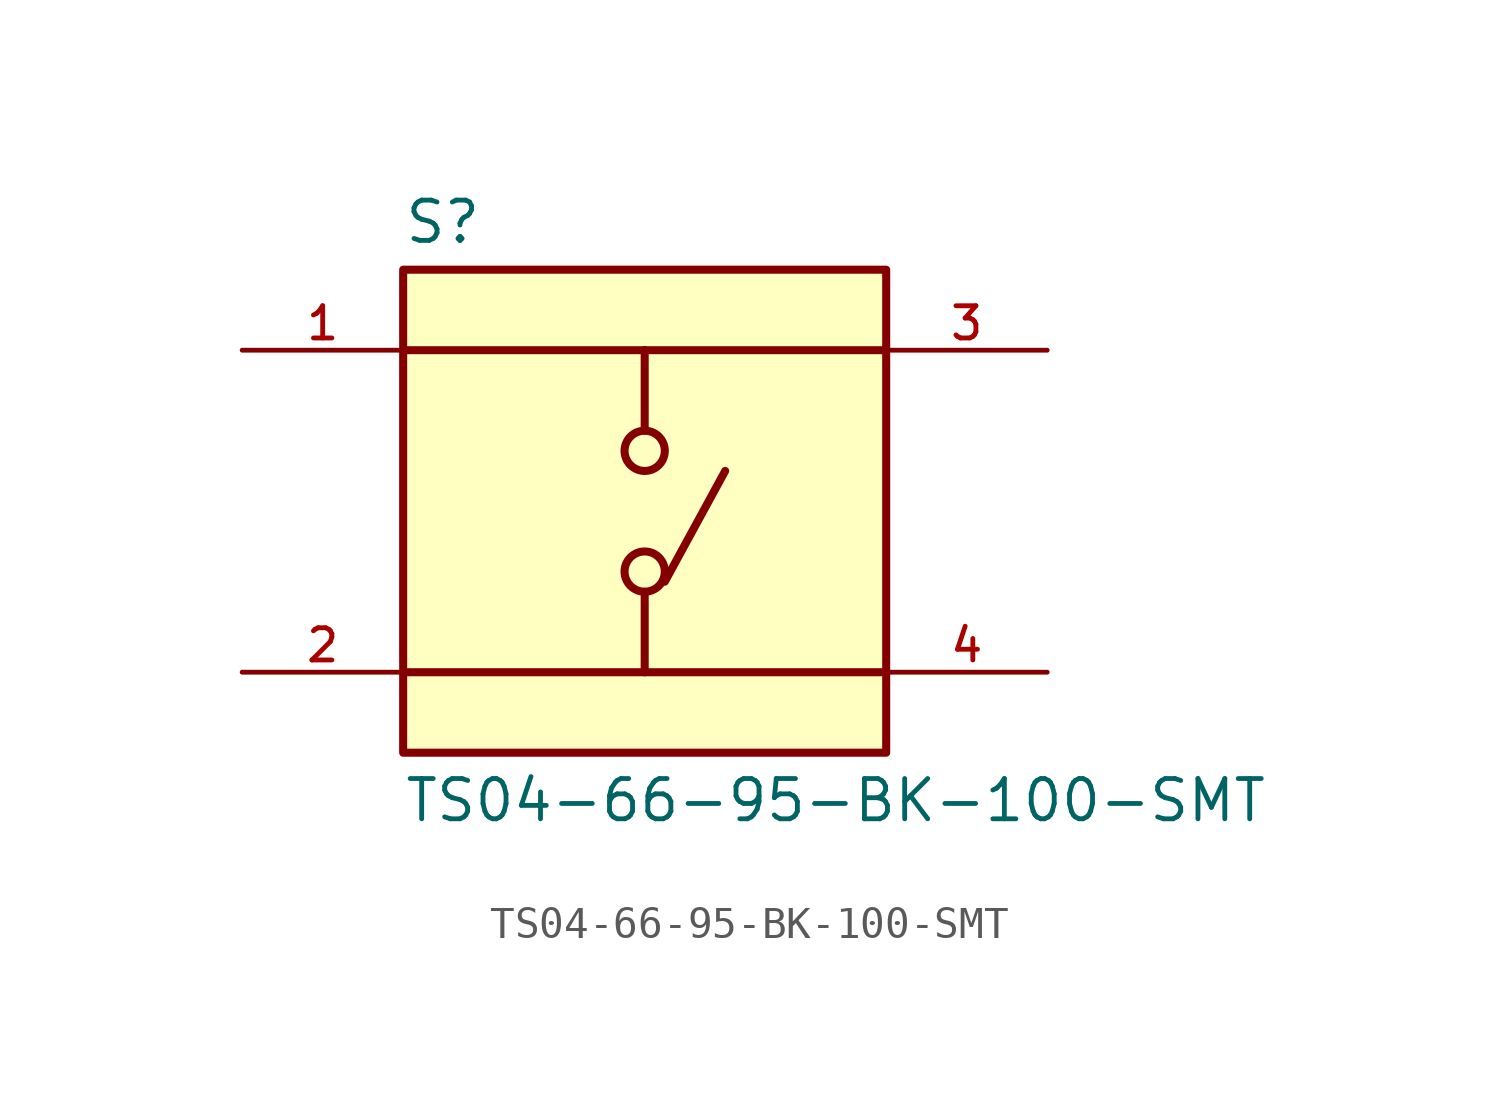
<source format=kicad_sym>
(kicad_symbol_lib
  (version 20211014)
  (generator kicad_symbol_editor)
  (symbol "TS04-66-95-BK-100-SMT"
    (pin_names
      (offset 1.016))
    (property "Reference" "S"
      (at -7.62 8.382 0)
      (effects (font (size 1.27 1.27)) (justify bottom left)))
    (property "Value" "TS04-66-95-BK-100-SMT"
      (at -7.62 -8.382 0)
      (effects (font (size 1.27 1.27)) (justify top left)))
    (symbol "TS04-66-95-BK-100-SMT_0_0"
      (polyline (pts (xy 0.0 5.08) (xy 0.0 2.54)) (stroke (width 0.254)))
      (polyline (pts (xy 0.0 -2.54) (xy 0.0 -5.08)) (stroke (width 0.254)))
      (polyline (pts (xy 0.0 5.08) (xy -7.62 5.08)) (stroke (width 0.254)))
      (polyline (pts (xy 0.0 5.08) (xy 7.62 5.08)) (stroke (width 0.254)))
      (polyline (pts (xy 0.0 -5.08) (xy -7.62 -5.08)) (stroke (width 0.254)))
      (polyline (pts (xy 0.0 -5.08) (xy 7.62 -5.08)) (stroke (width 0.254)))
      (circle (center 0.0 -1.905) (radius 0.635) (stroke (width 0.254)) (fill (type none)))
      (circle (center 0.0 1.905) (radius 0.635) (stroke (width 0.254)) (fill (type none)))
      (polyline (pts (xy 0.635 -2.223) (xy 2.54 1.27)) (stroke (width 0.254)))
      (rectangle (start -7.62 -7.62) (end 7.62 7.62) (stroke (width 0.254)) (fill (type background)))
      (pin passive line (at -12.7 5.08 0) (length 5.08) (name "~" (effects (font (size 1.016 1.016)))) (number "1" (effects (font (size 1.016 1.016)))))
      (pin passive line (at -12.7 -5.08 0) (length 5.08) (name "~" (effects (font (size 1.016 1.016)))) (number "2" (effects (font (size 1.016 1.016)))))
      (pin passive line (at 12.7 5.08 180.0) (length 5.08) (name "~" (effects (font (size 1.016 1.016)))) (number "3" (effects (font (size 1.016 1.016)))))
      (pin passive line (at 12.7 -5.08 180.0) (length 5.08) (name "~" (effects (font (size 1.016 1.016)))) (number "4" (effects (font (size 1.016 1.016))))))))
</source>
